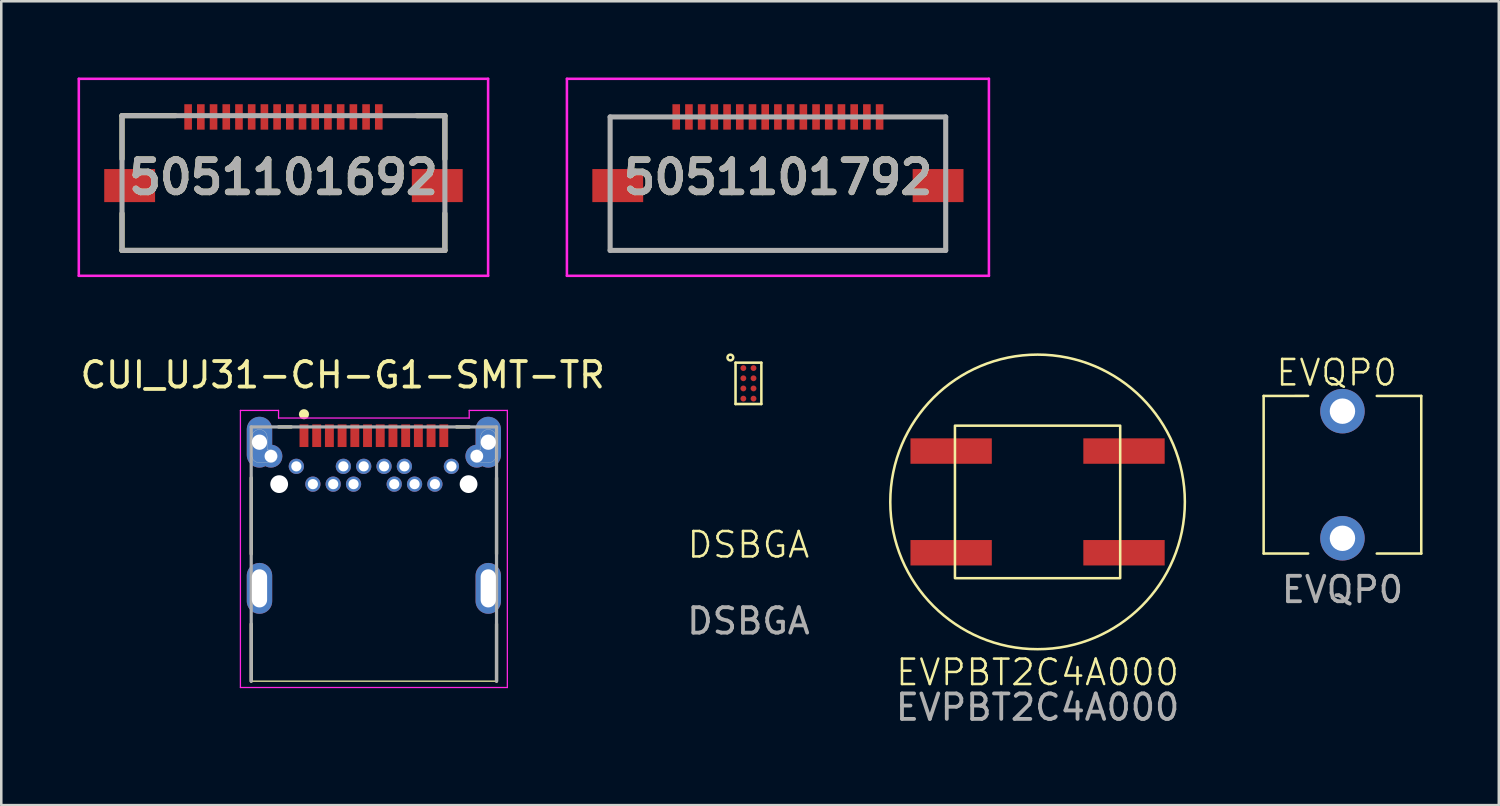
<source format=kicad_pcb>
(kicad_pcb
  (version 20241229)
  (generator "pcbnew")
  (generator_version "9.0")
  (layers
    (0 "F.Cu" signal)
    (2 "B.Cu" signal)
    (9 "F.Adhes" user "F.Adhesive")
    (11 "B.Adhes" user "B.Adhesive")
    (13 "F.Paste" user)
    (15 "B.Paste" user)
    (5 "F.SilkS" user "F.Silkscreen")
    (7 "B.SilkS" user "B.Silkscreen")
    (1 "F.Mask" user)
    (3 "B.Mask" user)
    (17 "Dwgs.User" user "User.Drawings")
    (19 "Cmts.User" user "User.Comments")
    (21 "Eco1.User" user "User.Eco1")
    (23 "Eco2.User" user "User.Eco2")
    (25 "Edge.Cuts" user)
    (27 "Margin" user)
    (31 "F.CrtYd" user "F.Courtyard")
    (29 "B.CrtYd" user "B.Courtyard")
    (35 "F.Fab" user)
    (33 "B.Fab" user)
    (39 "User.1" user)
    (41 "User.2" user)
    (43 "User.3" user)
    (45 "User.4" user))
  (footprint "5051101792"
    (layer "F.Cu")
    (at 27.55 3.925)
    (property "Reference" "5051101792" (at 0 0 0) (layer "F.SilkS") (effects (font (size 1.27 1.27) (thickness 0.254))))
    (attr smd)
    (fp_line (start -6.6 -2.375) (end -5 -2.375) (stroke (width 0.1) (type solid)) (layer "F.SilkS"))
    (fp_line (start -6.6 -0.875) (end -6.6 -2.375) (stroke (width 0.1) (type solid)) (layer "F.SilkS"))
    (fp_line (start -6.6 1.625) (end -6.6 2.875) (stroke (width 0.1) (type solid)) (layer "F.SilkS"))
    (fp_line (start -6.6 2.875) (end 6.6 2.875) (stroke (width 0.1) (type solid)) (layer "F.SilkS"))
    (fp_line (start -5 -2.375) (end -4.5 -2.375) (stroke (width 0.1) (type solid)) (layer "F.SilkS"))
    (fp_line (start 4.5 -2.375) (end 6.6 -2.375) (stroke (width 0.1) (type solid)) (layer "F.SilkS"))
    (fp_line (start 6.6 -2.375) (end 6.6 -0.875) (stroke (width 0.1) (type solid)) (layer "F.SilkS"))
    (fp_line (start 6.6 2.875) (end 6.6 1.625) (stroke (width 0.1) (type solid)) (layer "F.SilkS"))
    (fp_line (start -8.3 -3.875) (end 8.3 -3.875) (stroke (width 0.1) (type solid)) (layer "F.CrtYd"))
    (fp_line (start -8.3 3.875) (end -8.3 -3.875) (stroke (width 0.1) (type solid)) (layer "F.CrtYd"))
    (fp_line (start 8.3 -3.875) (end 8.3 3.875) (stroke (width 0.1) (type solid)) (layer "F.CrtYd"))
    (fp_line (start 8.3 3.875) (end -8.3 3.875) (stroke (width 0.1) (type solid)) (layer "F.CrtYd"))
    (fp_line (start -6.6 -2.375) (end 6.6 -2.375) (stroke (width 0.2) (type solid)) (layer "F.Fab"))
    (fp_line (start -6.6 2.875) (end -6.6 -2.375) (stroke (width 0.2) (type solid)) (layer "F.Fab"))
    (fp_line (start 6.6 -2.375) (end 6.6 2.875) (stroke (width 0.2) (type solid)) (layer "F.Fab"))
    (fp_line (start 6.6 2.875) (end -6.6 2.875) (stroke (width 0.2) (type solid)) (layer "F.Fab"))
    (fp_text user "${REFERENCE}" (at 0 0 0) (layer "F.Fab") (effects (font (size 1.27 1.27) (thickness 0.254))))
    (pad "1" smd rect (at -4 -2.375) (size 0.3 1) (layers "F.Cu" "F.Mask" "F.Paste"))
    (pad "2" smd rect (at -3.5 -2.375) (size 0.3 1) (layers "F.Cu" "F.Mask" "F.Paste"))
    (pad "3" smd rect (at -3 -2.375) (size 0.3 1) (layers "F.Cu" "F.Mask" "F.Paste"))
    (pad "4" smd rect (at -2.5 -2.375) (size 0.3 1) (layers "F.Cu" "F.Mask" "F.Paste"))
    (pad "5" smd rect (at -2 -2.375) (size 0.3 1) (layers "F.Cu" "F.Mask" "F.Paste"))
    (pad "6" smd rect (at -1.5 -2.375) (size 0.3 1) (layers "F.Cu" "F.Mask" "F.Paste"))
    (pad "7" smd rect (at -1 -2.375) (size 0.3 1) (layers "F.Cu" "F.Mask" "F.Paste"))
    (pad "8" smd rect (at -0.5 -2.375) (size 0.3 1) (layers "F.Cu" "F.Mask" "F.Paste"))
    (pad "9" smd rect (at 0 -2.375) (size 0.3 1) (layers "F.Cu" "F.Mask" "F.Paste"))
    (pad "10" smd rect (at 0.5 -2.375) (size 0.3 1) (layers "F.Cu" "F.Mask" "F.Paste"))
    (pad "11" smd rect (at 1 -2.375) (size 0.3 1) (layers "F.Cu" "F.Mask" "F.Paste"))
    (pad "12" smd rect (at 1.5 -2.375) (size 0.3 1) (layers "F.Cu" "F.Mask" "F.Paste"))
    (pad "13" smd rect (at 2 -2.375) (size 0.3 1) (layers "F.Cu" "F.Mask" "F.Paste"))
    (pad "14" smd rect (at 2.5 -2.375) (size 0.3 1) (layers "F.Cu" "F.Mask" "F.Paste"))
    (pad "15" smd rect (at 3 -2.375) (size 0.3 1) (layers "F.Cu" "F.Mask" "F.Paste"))
    (pad "16" smd rect (at 3.5 -2.375) (size 0.3 1) (layers "F.Cu" "F.Mask" "F.Paste"))
    (pad "17" smd rect (at 4 -2.375) (size 0.3 1) (layers "F.Cu" "F.Mask" "F.Paste"))
    (pad "18" smd rect (at -6.3 0.325 90) (size 1.3 2) (layers "F.Cu" "F.Mask" "F.Paste"))
    (pad "19" smd rect (at 6.3 0.325 90) (size 1.3 2) (layers "F.Cu" "F.Mask" "F.Paste")))
  (footprint "EVQP0"
    (layer "F.Cu")
    (at 49.757 15.624)
    (property "Reference" "EVQP0" (at -0.229 -4.013 0) (unlocked yes) (layer "F.SilkS") (effects (font (size 1 1) (thickness 0.1))))
    (attr through_hole)
    (fp_line (start -3.1 -3.1) (end -3.1 3.1) (stroke (width 0.1) (type default)) (layer "F.SilkS"))
    (fp_line (start -3.1 -3.1) (end -1.35 -3.101) (stroke (width 0.1) (type default)) (layer "F.SilkS"))
    (fp_line (start -3.1 3.1) (end -1.35 3.099) (stroke (width 0.1) (type default)) (layer "F.SilkS"))
    (fp_line (start 1.35 -3.099) (end 3.1 -3.1) (stroke (width 0.1) (type default)) (layer "F.SilkS"))
    (fp_line (start 1.35 3.101) (end 3.1 3.1) (stroke (width 0.1) (type default)) (layer "F.SilkS"))
    (fp_line (start 3.1 -3.1) (end 3.1 3.1) (stroke (width 0.1) (type default)) (layer "F.SilkS"))
    (fp_text user "${REFERENCE}" (at 0 4.521 0) (unlocked yes) (layer "F.Fab") (effects (font (size 1 1) (thickness 0.15))))
    (pad "1" thru_hole circle (at 0 2.5) (size 1.75 1.75) (drill 1) (layers "*.Cu" "*.Mask" "B.Paste"))
    (pad "2" thru_hole circle (at 0 -2.5) (size 1.75 1.75) (drill 1) (layers "*.Cu" "*.Mask" "B.Paste")))
  (footprint "EVPBT2C4A000"
    (layer "F.Cu")
    (at 37.764 16.693)
    (property "Reference" "EVPBT2C4A000" (at 0 6.706 0) (unlocked yes) (layer "F.SilkS") (effects (font (size 1 1) (thickness 0.1))))
    (attr smd)
    (fp_rect (start -3.25 -3) (end 3.25 3) (stroke (width 0.1) (type default)) (fill no) (layer "F.SilkS"))
    (fp_circle (center 0 0) (end 5.182 2.591) (stroke (width 0.1) (type default)) (fill no) (layer "F.SilkS"))
    (fp_text user "${REFERENCE}" (at 0 8.08 0) (unlocked yes) (layer "F.Fab") (effects (font (size 1 1) (thickness 0.15))))
    (pad "1" smd rect (at -3.4 2) (size 3.2 1) (layers "F.Cu" "F.Mask" "F.Paste"))
    (pad "1" smd rect (at 3.4 2) (size 3.2 1) (layers "F.Cu" "F.Mask" "F.Paste"))
    (pad "2" smd rect (at -3.4 -2) (size 3.2 1) (layers "F.Cu" "F.Mask" "F.Paste"))
    (pad "2" smd rect (at 3.4 -2) (size 3.2 1) (layers "F.Cu" "F.Mask" "F.Paste")))
  (footprint "DSBGA"
    (layer "F.Cu")
    (at 26.391 12.03)
    (property "Reference" "DSBGA" (at 0 6.35 0) (unlocked yes) (layer "F.SilkS") (effects (font (size 1 1) (thickness 0.1))))
    (attr smd)
    (fp_line (start -0.508 -0.813) (end 0.508 -0.813) (stroke (width 0.1) (type default)) (layer "F.SilkS"))
    (fp_line (start -0.508 0.813) (end -0.508 -0.813) (stroke (width 0.1) (type default)) (layer "F.SilkS"))
    (fp_line (start 0.508 -0.813) (end 0.508 0.813) (stroke (width 0.1) (type default)) (layer "F.SilkS"))
    (fp_line (start 0.508 0.813) (end -0.508 0.813) (stroke (width 0.1) (type default)) (layer "F.SilkS"))
    (fp_circle (center -0.711 -1.016) (end -0.66 -0.914) (stroke (width 0.1) (type default)) (fill no) (layer "F.SilkS"))
    (fp_text user "${REFERENCE}" (at 0 9.35 0) (unlocked yes) (layer "F.Fab") (effects (font (size 1 1) (thickness 0.15))))
    (pad "A1" smd circle (at -0.2 -0.6) (size 0.23 0.23) (layers "F.Cu" "F.Mask"))
    (pad "A2" smd circle (at 0.2 -0.6) (size 0.23 0.23) (layers "F.Cu" "F.Mask"))
    (pad "B1" smd circle (at -0.2 -0.2) (size 0.23 0.23) (layers "F.Cu" "F.Mask"))
    (pad "B2" smd circle (at 0.2 -0.2) (size 0.23 0.23) (layers "F.Cu" "F.Mask"))
    (pad "C1" smd circle (at -0.2 0.2) (size 0.23 0.23) (layers "F.Cu" "F.Mask"))
    (pad "C2" smd circle (at 0.2 0.2) (size 0.23 0.23) (layers "F.Cu" "F.Mask"))
    (pad "D1" smd circle (at -0.2 0.6) (size 0.23 0.23) (layers "F.Cu" "F.Mask"))
    (pad "D2" smd circle (at 0.2 0.6) (size 0.23 0.23) (layers "F.Cu" "F.Mask")))
  (footprint "5051101692"
    (layer "F.Cu")
    (at 8.1 4.15)
    (property "Reference" "5051101692" (at 0 -0.225 0) (layer "F.SilkS") (effects (font (size 1.27 1.27) (thickness 0.254))))
    (attr smd)
    (fp_line (start -6.35 -2.65) (end -6.35 -0.945) (stroke (width 0.2) (type solid)) (layer "F.SilkS"))
    (fp_line (start -6.35 -2.65) (end -4.252 -2.65) (stroke (width 0.2) (type solid)) (layer "F.SilkS"))
    (fp_line (start -6.35 2.65) (end -6.35 1.197) (stroke (width 0.2) (type solid)) (layer "F.SilkS"))
    (fp_line (start -6.35 2.65) (end 6.35 2.65) (stroke (width 0.2) (type solid)) (layer "F.SilkS"))
    (fp_line (start 6.35 -2.65) (end 5.252 -2.65) (stroke (width 0.2) (type solid)) (layer "F.SilkS"))
    (fp_line (start 6.35 -2.65) (end 6.35 -0.945) (stroke (width 0.2) (type solid)) (layer "F.SilkS"))
    (fp_line (start 6.35 2.65) (end 6.35 1.197) (stroke (width 0.2) (type solid)) (layer "F.SilkS"))
    (fp_line (start -8.05 -4.1) (end 8.05 -4.1) (stroke (width 0.1) (type solid)) (layer "F.CrtYd"))
    (fp_line (start -8.05 3.65) (end -8.05 -4.1) (stroke (width 0.1) (type solid)) (layer "F.CrtYd"))
    (fp_line (start 8.05 -4.1) (end 8.05 3.65) (stroke (width 0.1) (type solid)) (layer "F.CrtYd"))
    (fp_line (start 8.05 3.65) (end -8.05 3.65) (stroke (width 0.1) (type solid)) (layer "F.CrtYd"))
    (fp_line (start -6.35 -2.65) (end 6.35 -2.65) (stroke (width 0.2) (type solid)) (layer "F.Fab"))
    (fp_line (start -6.35 2.65) (end -6.35 -2.65) (stroke (width 0.2) (type solid)) (layer "F.Fab"))
    (fp_line (start 6.35 -2.65) (end 6.35 2.65) (stroke (width 0.2) (type solid)) (layer "F.Fab"))
    (fp_line (start 6.35 2.65) (end -6.35 2.65) (stroke (width 0.2) (type solid)) (layer "F.Fab"))
    (fp_text user "${REFERENCE}" (at 0 -0.225 0) (layer "F.Fab") (effects (font (size 1.27 1.27) (thickness 0.254))))
    (pad "1" smd rect (at -3.75 -2.6) (size 0.3 1) (layers "F.Cu" "F.Mask" "F.Paste"))
    (pad "2" smd rect (at -3.25 -2.6) (size 0.3 1) (layers "F.Cu" "F.Mask" "F.Paste"))
    (pad "3" smd rect (at -2.75 -2.6) (size 0.3 1) (layers "F.Cu" "F.Mask" "F.Paste"))
    (pad "4" smd rect (at -2.25 -2.6) (size 0.3 1) (layers "F.Cu" "F.Mask" "F.Paste"))
    (pad "5" smd rect (at -1.75 -2.6) (size 0.3 1) (layers "F.Cu" "F.Mask" "F.Paste"))
    (pad "6" smd rect (at -1.25 -2.6) (size 0.3 1) (layers "F.Cu" "F.Mask" "F.Paste"))
    (pad "7" smd rect (at -0.75 -2.6) (size 0.3 1) (layers "F.Cu" "F.Mask" "F.Paste"))
    (pad "8" smd rect (at -0.25 -2.6) (size 0.3 1) (layers "F.Cu" "F.Mask" "F.Paste"))
    (pad "9" smd rect (at 0.25 -2.6) (size 0.3 1) (layers "F.Cu" "F.Mask" "F.Paste"))
    (pad "10" smd rect (at 0.75 -2.6) (size 0.3 1) (layers "F.Cu" "F.Mask" "F.Paste"))
    (pad "11" smd rect (at 1.25 -2.6) (size 0.3 1) (layers "F.Cu" "F.Mask" "F.Paste"))
    (pad "12" smd rect (at 1.75 -2.6) (size 0.3 1) (layers "F.Cu" "F.Mask" "F.Paste"))
    (pad "13" smd rect (at 2.25 -2.6) (size 0.3 1) (layers "F.Cu" "F.Mask" "F.Paste"))
    (pad "14" smd rect (at 2.75 -2.6) (size 0.3 1) (layers "F.Cu" "F.Mask" "F.Paste"))
    (pad "15" smd rect (at 3.25 -2.6) (size 0.3 1) (layers "F.Cu" "F.Mask" "F.Paste"))
    (pad "16" smd rect (at 3.75 -2.6) (size 0.3 1) (layers "F.Cu" "F.Mask" "F.Paste"))
    (pad "MP1" smd rect (at -6.05 0.1 90) (size 1.3 2) (layers "F.Cu" "F.Mask" "F.Paste"))
    (pad "MP2" smd rect (at 6.05 0.1 90) (size 1.3 2) (layers "F.Cu" "F.Mask" "F.Paste")))
  (footprint "CUI_UJ31-CH-G1-SMT-TR"
    (layer "F.Cu")
    (at 8.907 14.089)
    (property "Reference" "CUI_UJ31-CH-G1-SMT-TR" (at 1.523 -2.39 0) (layer "F.SilkS") (effects (font (size 1.002 1.002) (thickness 0.15))))
    (attr through_hole)
    (fp_line (start -2.075 4.655) (end -2.075 1.655) (stroke (width 0.127) (type solid)) (layer "F.SilkS"))
    (fp_line (start -2.075 9.655) (end -2.075 7.405) (stroke (width 0.127) (type solid)) (layer "F.SilkS"))
    (fp_line (start -1 -0.345) (end -0.5 -0.345) (stroke (width 0.127) (type solid)) (layer "F.SilkS"))
    (fp_line (start 6 -0.345) (end 6.5 -0.345) (stroke (width 0.127) (type solid)) (layer "F.SilkS"))
    (fp_line (start 7.575 1.655) (end 7.575 4.655) (stroke (width 0.127) (type solid)) (layer "F.SilkS"))
    (fp_line (start 7.575 7.405) (end 7.575 9.655) (stroke (width 0.127) (type solid)) (layer "F.SilkS"))
    (fp_line (start 7.575 9.655) (end -2.075 9.655) (stroke (width 0.05) (type solid)) (layer "F.SilkS"))
    (fp_circle (center 0 -0.845) (end 0.1 -0.845) (stroke (width 0.2) (type solid)) (fill no) (layer "F.SilkS"))
    (fp_line (start -2.05 0.805) (end -2.05 0.055) (stroke (width 0.01) (type solid)) (layer "Edge.Cuts"))
    (fp_line (start -1.45 0.055) (end -1.45 0.555) (stroke (width 0.01) (type solid)) (layer "Edge.Cuts"))
    (fp_line (start -1.45 0.555) (end -1.3 0.555) (stroke (width 0.01) (type solid)) (layer "Edge.Cuts"))
    (fp_line (start -1.3 1.055) (end -1.75 1.055) (stroke (width 0.01) (type solid)) (layer "Edge.Cuts"))
    (fp_line (start 6.8 0.555) (end 6.95 0.555) (stroke (width 0.01) (type solid)) (layer "Edge.Cuts"))
    (fp_line (start 6.95 0.555) (end 6.95 0.055) (stroke (width 0.01) (type solid)) (layer "Edge.Cuts"))
    (fp_line (start 7.25 1.055) (end 6.8 1.055) (stroke (width 0.01) (type solid)) (layer "Edge.Cuts"))
    (fp_line (start 7.55 0.055) (end 7.55 0.805) (stroke (width 0.01) (type solid)) (layer "Edge.Cuts"))
    (fp_arc (start -2.05 0.055) (mid -1.75 -0.245) (end -1.45 0.055) (stroke (width 0.01) (type solid)) (layer "Edge.Cuts"))
    (fp_arc (start -1.75 1.055) (mid -1.951777 0.992132) (end -2.05 0.805) (stroke (width 0.01) (type solid)) (layer "Edge.Cuts"))
    (fp_arc (start -1.3 0.555) (mid -1.05 0.805) (end -1.3 1.055) (stroke (width 0.01) (type solid)) (layer "Edge.Cuts"))
    (fp_arc (start 6.8 1.055) (mid 6.55 0.805) (end 6.8 0.555) (stroke (width 0.01) (type solid)) (layer "Edge.Cuts"))
    (fp_arc (start 6.95 0.055) (mid 7.25 -0.245) (end 7.55 0.055) (stroke (width 0.01) (type solid)) (layer "Edge.Cuts"))
    (fp_arc (start 7.55 0.805) (mid 7.451777 0.992132) (end 7.25 1.055) (stroke (width 0.01) (type solid)) (layer "Edge.Cuts"))
    (fp_line (start -2.5 -0.995) (end -1 -0.995) (stroke (width 0.05) (type solid)) (layer "F.CrtYd"))
    (fp_line (start -2.5 9.905) (end -2.5 -0.995) (stroke (width 0.05) (type solid)) (layer "F.CrtYd"))
    (fp_line (start -1 -0.995) (end -1 -0.695) (stroke (width 0.05) (type solid)) (layer "F.CrtYd"))
    (fp_line (start -1 -0.695) (end 6.5 -0.695) (stroke (width 0.05) (type solid)) (layer "F.CrtYd"))
    (fp_line (start 6.5 -0.995) (end 8 -0.995) (stroke (width 0.05) (type solid)) (layer "F.CrtYd"))
    (fp_line (start 6.5 -0.695) (end 6.5 -0.995) (stroke (width 0.05) (type solid)) (layer "F.CrtYd"))
    (fp_line (start 8 -0.995) (end 8 9.905) (stroke (width 0.05) (type solid)) (layer "F.CrtYd"))
    (fp_line (start 8 9.905) (end -2.5 9.905) (stroke (width 0.05) (type solid)) (layer "F.CrtYd"))
    (fp_line (start -2.075 -0.345) (end 7.575 -0.345) (stroke (width 0.127) (type solid)) (layer "F.Fab"))
    (fp_line (start -2.075 9.655) (end -2.075 -0.345) (stroke (width 0.127) (type solid)) (layer "F.Fab"))
    (fp_line (start 7.575 -0.345) (end 7.575 9.655) (stroke (width 0.127) (type solid)) (layer "F.Fab"))
    (pad "" np_thru_hole circle (at -0.975 1.905) (size 0.7 0.7) (drill 0.7) (layers "*.Cu" "*.Mask"))
    (pad "" np_thru_hole circle (at 6.475 1.905) (size 0.7 0.7) (drill 0.7) (layers "*.Cu" "*.Mask"))
    (pad "A1" smd rect (at 0 0 90) (size 0.89 0.35) (layers "F.Cu" "F.Mask" "F.Paste"))
    (pad "A2" smd rect (at 0.5 0 90) (size 0.89 0.35) (layers "F.Cu" "F.Mask" "F.Paste"))
    (pad "A3" smd rect (at 1 0 90) (size 0.89 0.35) (layers "F.Cu" "F.Mask" "F.Paste"))
    (pad "A4" smd rect (at 1.5 0 90) (size 0.89 0.35) (layers "F.Cu" "F.Mask" "F.Paste"))
    (pad "A5" smd rect (at 2 0 90) (size 0.89 0.35) (layers "F.Cu" "F.Mask" "F.Paste"))
    (pad "A6" smd rect (at 2.5 0 90) (size 0.89 0.35) (layers "F.Cu" "F.Mask" "F.Paste"))
    (pad "A7" smd rect (at 3 0 90) (size 0.89 0.35) (layers "F.Cu" "F.Mask" "F.Paste"))
    (pad "A8" smd rect (at 3.5 0 90) (size 0.89 0.35) (layers "F.Cu" "F.Mask" "F.Paste"))
    (pad "A9" smd rect (at 4 0 90) (size 0.89 0.35) (layers "F.Cu" "F.Mask" "F.Paste"))
    (pad "A10" smd rect (at 4.5 0 90) (size 0.89 0.35) (layers "F.Cu" "F.Mask" "F.Paste"))
    (pad "A11" smd rect (at 5 0 90) (size 0.89 0.35) (layers "F.Cu" "F.Mask" "F.Paste"))
    (pad "A12" smd rect (at 5.5 0 90) (size 0.89 0.35) (layers "F.Cu" "F.Mask" "F.Paste"))
    (pad "B1" thru_hole circle (at 5.8 1.205) (size 0.6 0.6) (drill 0.4) (layers "*.Cu" "*.Mask"))
    (pad "B2" thru_hole circle (at 5.15 1.905) (size 0.6 0.6) (drill 0.4) (layers "*.Cu" "*.Mask"))
    (pad "B3" thru_hole circle (at 4.35 1.905) (size 0.6 0.6) (drill 0.4) (layers "*.Cu" "*.Mask"))
    (pad "B4" thru_hole circle (at 3.95 1.205) (size 0.6 0.6) (drill 0.4) (layers "*.Cu" "*.Mask"))
    (pad "B5" thru_hole circle (at 3.55 1.905) (size 0.6 0.6) (drill 0.4) (layers "*.Cu" "*.Mask"))
    (pad "B6" thru_hole circle (at 3.15 1.205) (size 0.6 0.6) (drill 0.4) (layers "*.Cu" "*.Mask"))
    (pad "B7" thru_hole circle (at 2.35 1.205) (size 0.6 0.6) (drill 0.4) (layers "*.Cu" "*.Mask"))
    (pad "B8" thru_hole circle (at 1.95 1.905) (size 0.6 0.6) (drill 0.4) (layers "*.Cu" "*.Mask"))
    (pad "B9" thru_hole circle (at 1.55 1.205) (size 0.6 0.6) (drill 0.4) (layers "*.Cu" "*.Mask"))
    (pad "B10" thru_hole circle (at 1.15 1.905) (size 0.6 0.6) (drill 0.4) (layers "*.Cu" "*.Mask"))
    (pad "B11" thru_hole circle (at 0.35 1.905) (size 0.6 0.6) (drill 0.4) (layers "*.Cu" "*.Mask"))
    (pad "B12" thru_hole circle (at -0.3 1.205) (size 0.6 0.6) (drill 0.4) (layers "*.Cu" "*.Mask"))
    (pad "SH1" thru_hole oval (at -1.75 6.005) (size 1 2) (drill oval 0.6 1.5) (layers "*.Cu" "*.Mask"))
    (pad "SH2" thru_hole circle (at -1.3 0.805) (size 0.9 0.9) (drill 0.5) (layers "*.Cu" "*.Mask"))
    (pad "SH3" thru_hole oval (at -1.75 0.255) (size 1 2) (drill 0.6) (layers "*.Cu" "*.Mask"))
    (pad "SH4" thru_hole oval (at 7.25 6.005) (size 1 2) (drill oval 0.6 1.5) (layers "*.Cu" "*.Mask"))
    (pad "SH5" thru_hole circle (at 6.8 0.805) (size 0.9 0.9) (drill 0.5) (layers "*.Cu" "*.Mask"))
    (pad "SH6" thru_hole oval (at 7.25 0.255) (size 1 2) (drill 0.6) (layers "*.Cu" "*.Mask")))
  (gr_rect
    (start -3 -3)
    (end 55.907 28.621)
    (stroke (width 0.1) (type default))
    (fill no)
    (layer "Edge.Cuts")))
</source>
